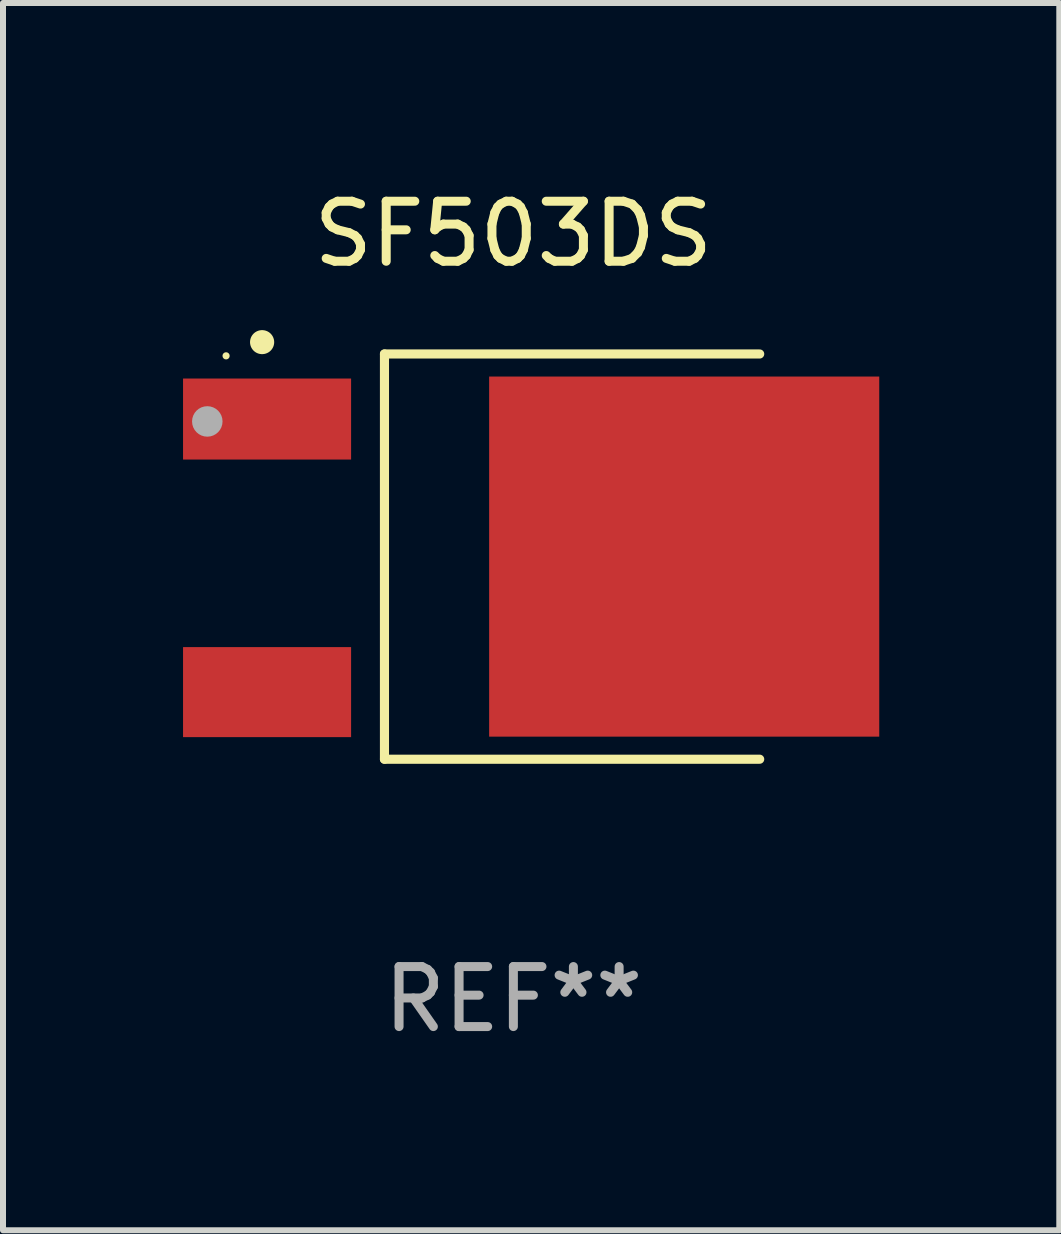
<source format=kicad_pcb>
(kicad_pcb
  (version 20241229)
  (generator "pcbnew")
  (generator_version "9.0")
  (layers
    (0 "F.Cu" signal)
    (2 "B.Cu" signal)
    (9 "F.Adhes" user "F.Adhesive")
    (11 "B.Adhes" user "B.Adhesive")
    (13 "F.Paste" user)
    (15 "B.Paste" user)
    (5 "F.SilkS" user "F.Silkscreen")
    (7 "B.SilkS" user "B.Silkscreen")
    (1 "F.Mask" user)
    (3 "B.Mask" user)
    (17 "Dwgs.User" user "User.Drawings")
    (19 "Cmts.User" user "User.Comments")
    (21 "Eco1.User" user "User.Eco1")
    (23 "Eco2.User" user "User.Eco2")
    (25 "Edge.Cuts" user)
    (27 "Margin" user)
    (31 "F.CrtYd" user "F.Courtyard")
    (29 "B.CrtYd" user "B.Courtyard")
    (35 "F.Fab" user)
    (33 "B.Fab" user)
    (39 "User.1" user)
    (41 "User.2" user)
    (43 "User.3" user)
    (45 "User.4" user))
  (footprint "SF503DS"
    (layer "F.Cu")
    (at 5.504 6.224)
    (property "Reference" "SF503DS" (at 0 -5.376 0) (layer "F.SilkS") (effects (font (size 1 1) (thickness 0.15))))
    (attr through_hole)
    (fp_line (start -2.148 -3.376) (end -2.148 3.376) (stroke (width 0.152) (type solid)) (layer "F.SilkS"))
    (fp_line (start 4.104 -3.376) (end -2.148 -3.376) (stroke (width 0.152) (type solid)) (layer "F.SilkS"))
    (fp_line (start 4.104 3.376) (end -2.148 3.376) (stroke (width 0.152) (type solid)) (layer "F.SilkS"))
    (fp_arc (start -4.188011 -3.573279) (mid -4.186741 -3.573283) (end -4.185471 -3.573279) (stroke (width 0.4) (type solid)) (layer "F.SilkS"))
    (fp_circle (center -4.787 -3.345) (end -4.757 -3.345) (stroke (width 0.06) (type solid)) (fill no) (layer "F.SilkS"))
    (fp_circle (center -5.1 -2.252) (end -4.973 -2.252) (stroke (width 0.254) (type solid)) (fill no) (layer "F.Fab"))
    (fp_text user "REF**" (at 0 7.376 0) (layer "F.Fab") (effects (font (size 1 1) (thickness 0.15))))
    (pad "1" smd rect (at -4.104 -2.292) (size 2.8 1.35) (layers "F.Cu" "F.Mask" "F.Paste"))
    (pad "3" smd rect (at -4.104 2.258) (size 2.8 1.5) (layers "F.Cu" "F.Mask" "F.Paste"))
    (pad "4" smd rect (at 2.846 0) (size 6.5 6) (layers "F.Cu" "F.Mask" "F.Paste")))
  (gr_rect
    (start -3 -3)
    (end 14.6 17.449)
    (stroke (width 0.1) (type default))
    (fill no)
    (layer "Edge.Cuts")))
</source>
